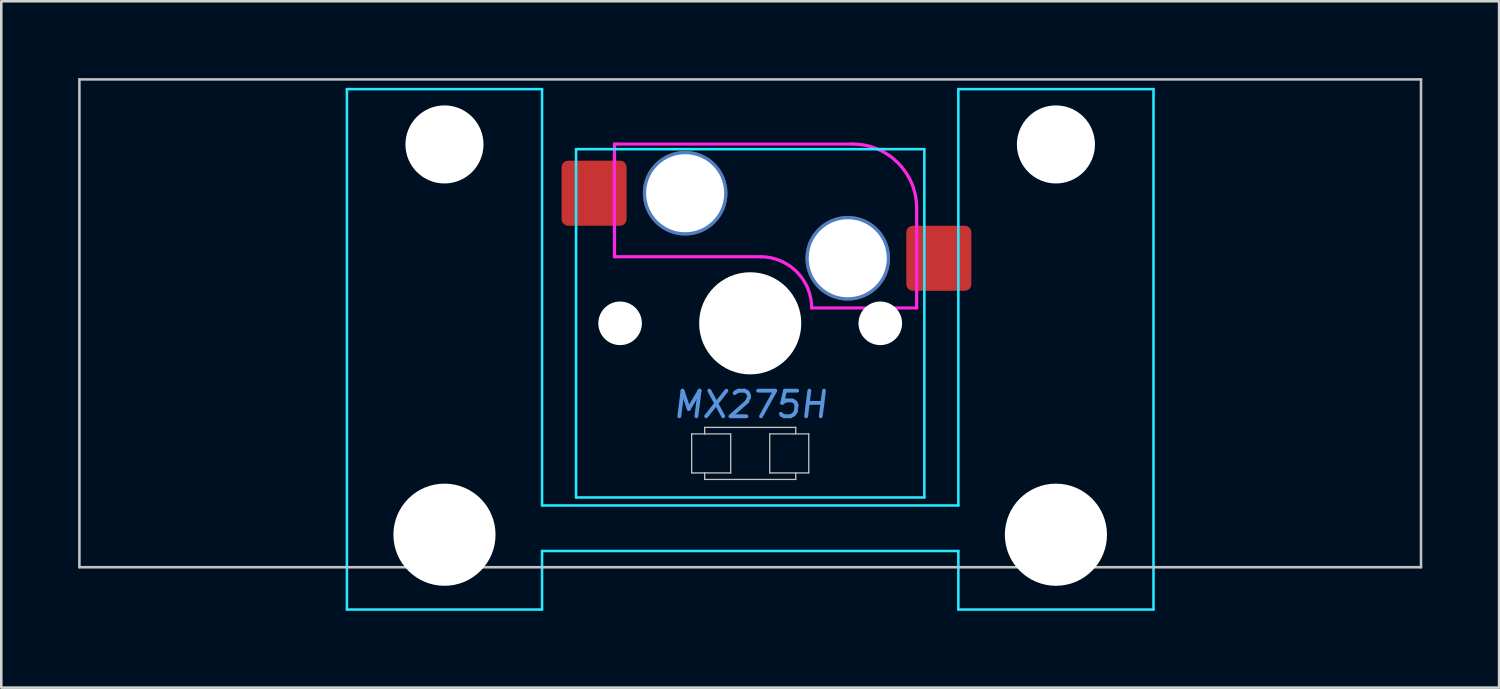
<source format=kicad_pcb>
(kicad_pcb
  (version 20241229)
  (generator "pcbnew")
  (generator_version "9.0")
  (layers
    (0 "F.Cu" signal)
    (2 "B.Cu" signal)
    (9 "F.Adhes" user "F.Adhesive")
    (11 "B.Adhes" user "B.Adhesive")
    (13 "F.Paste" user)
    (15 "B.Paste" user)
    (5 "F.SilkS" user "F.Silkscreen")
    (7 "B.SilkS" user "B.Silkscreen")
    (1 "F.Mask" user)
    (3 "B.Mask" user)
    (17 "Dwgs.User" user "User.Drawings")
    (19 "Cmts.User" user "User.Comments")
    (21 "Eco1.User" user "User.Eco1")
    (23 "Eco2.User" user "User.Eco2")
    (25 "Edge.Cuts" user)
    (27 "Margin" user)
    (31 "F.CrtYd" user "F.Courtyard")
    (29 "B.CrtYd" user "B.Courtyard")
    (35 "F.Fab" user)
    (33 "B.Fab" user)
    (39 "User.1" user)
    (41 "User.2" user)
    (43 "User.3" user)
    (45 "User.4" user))
  (footprint "MX275H"
    (layer "F.Cu")
    (at 23.704 4.495)
    (property "Reference" "MX275H" (at 2.54 8.255 0) (layer "Cmts.User") (effects (font (size 1 1) (thickness 0.15) (italic yes))))
    (attr smd)
    (fp_line (start -23.654 -4.445) (end -23.654 14.605) (stroke (width 0.1) (type solid)) (layer "Dwgs.User"))
    (fp_line (start -23.654 -4.445) (end 28.734 -4.445) (stroke (width 0.1) (type solid)) (layer "Dwgs.User"))
    (fp_line (start -23.654 14.605) (end 28.734 14.605) (stroke (width 0.1) (type solid)) (layer "Dwgs.User"))
    (fp_line (start 0.254 9.398) (end 1.778 9.398) (stroke (width 0.051) (type solid)) (layer "Dwgs.User"))
    (fp_line (start 0.254 10.922) (end 0.254 9.398) (stroke (width 0.051) (type solid)) (layer "Dwgs.User"))
    (fp_line (start 0.762 9.144) (end 4.318 9.144) (stroke (width 0.051) (type solid)) (layer "Dwgs.User"))
    (fp_line (start 0.762 9.398) (end 0.762 9.144) (stroke (width 0.051) (type solid)) (layer "Dwgs.User"))
    (fp_line (start 0.762 11.176) (end 0.762 10.922) (stroke (width 0.051) (type solid)) (layer "Dwgs.User"))
    (fp_line (start 1.778 9.398) (end 1.778 10.922) (stroke (width 0.051) (type solid)) (layer "Dwgs.User"))
    (fp_line (start 1.778 10.922) (end 0.254 10.922) (stroke (width 0.051) (type solid)) (layer "Dwgs.User"))
    (fp_line (start 3.302 9.398) (end 4.826 9.398) (stroke (width 0.051) (type solid)) (layer "Dwgs.User"))
    (fp_line (start 3.302 10.922) (end 3.302 9.398) (stroke (width 0.051) (type solid)) (layer "Dwgs.User"))
    (fp_line (start 4.318 9.144) (end 4.318 9.398) (stroke (width 0.051) (type solid)) (layer "Dwgs.User"))
    (fp_line (start 4.318 10.922) (end 4.318 11.176) (stroke (width 0.051) (type solid)) (layer "Dwgs.User"))
    (fp_line (start 4.318 11.176) (end 0.762 11.176) (stroke (width 0.051) (type solid)) (layer "Dwgs.User"))
    (fp_line (start 4.826 9.398) (end 4.826 10.922) (stroke (width 0.051) (type solid)) (layer "Dwgs.User"))
    (fp_line (start 4.826 10.922) (end 3.302 10.922) (stroke (width 0.051) (type solid)) (layer "Dwgs.User"))
    (fp_line (start 28.734 -4.445) (end 28.734 14.605) (stroke (width 0.1) (type solid)) (layer "Dwgs.User"))
    (fp_line (start -12.898 -0.405) (end -12.898 13.595) (stroke (width 0.1) (type solid)) (layer "Eco1.User"))
    (fp_line (start -12.398 -0.905) (end -6.398 -0.905) (stroke (width 0.1) (type solid)) (layer "Eco1.User"))
    (fp_line (start -6.398 14.095) (end -12.398 14.095) (stroke (width 0.1) (type solid)) (layer "Eco1.User"))
    (fp_line (start -5.898 13.595) (end -5.898 -0.405) (stroke (width 0.1) (type solid)) (layer "Eco1.User"))
    (fp_line (start -4.46 -1.42) (end -4.46 11.58) (stroke (width 0.1) (type solid)) (layer "Eco1.User"))
    (fp_line (start -3.96 12.08) (end 9.04 12.08) (stroke (width 0.1) (type solid)) (layer "Eco1.User"))
    (fp_line (start 9.04 -1.92) (end -3.96 -1.92) (stroke (width 0.1) (type solid)) (layer "Eco1.User"))
    (fp_line (start 9.54 11.58) (end 9.54 -1.42) (stroke (width 0.1) (type solid)) (layer "Eco1.User"))
    (fp_line (start 10.978 -0.405) (end 10.978 13.595) (stroke (width 0.1) (type solid)) (layer "Eco1.User"))
    (fp_line (start 11.478 -0.905) (end 17.478 -0.905) (stroke (width 0.1) (type solid)) (layer "Eco1.User"))
    (fp_line (start 17.478 14.095) (end 11.478 14.095) (stroke (width 0.1) (type solid)) (layer "Eco1.User"))
    (fp_line (start 17.978 13.595) (end 17.978 -0.405) (stroke (width 0.1) (type solid)) (layer "Eco1.User"))
    (fp_arc (start -12.898 -0.405) (mid -12.751553 -0.758553) (end -12.398 -0.905) (stroke (width 0.1) (type solid)) (layer "Eco1.User"))
    (fp_arc (start -12.398 14.095) (mid -12.751553 13.948553) (end -12.898 13.595) (stroke (width 0.1) (type solid)) (layer "Eco1.User"))
    (fp_arc (start -6.398 -0.905) (mid -6.044447 -0.758553) (end -5.898 -0.405) (stroke (width 0.1) (type solid)) (layer "Eco1.User"))
    (fp_arc (start -5.898 13.595) (mid -6.044447 13.948553) (end -6.398 14.095) (stroke (width 0.1) (type solid)) (layer "Eco1.User"))
    (fp_arc (start -4.46 -1.42) (mid -4.313553 -1.773553) (end -3.96 -1.92) (stroke (width 0.1) (type solid)) (layer "Eco1.User"))
    (fp_arc (start -3.96 12.08) (mid -4.313553 11.933553) (end -4.46 11.58) (stroke (width 0.1) (type solid)) (layer "Eco1.User"))
    (fp_arc (start 9.04 -1.92) (mid 9.393553 -1.773553) (end 9.54 -1.42) (stroke (width 0.1) (type solid)) (layer "Eco1.User"))
    (fp_arc (start 9.54 11.58) (mid 9.393553 11.933553) (end 9.04 12.08) (stroke (width 0.1) (type solid)) (layer "Eco1.User"))
    (fp_arc (start 10.978 -0.405) (mid 11.124447 -0.758553) (end 11.478 -0.905) (stroke (width 0.1) (type solid)) (layer "Eco1.User"))
    (fp_arc (start 11.478 14.095) (mid 11.124447 13.948553) (end 10.978 13.595) (stroke (width 0.1) (type solid)) (layer "Eco1.User"))
    (fp_arc (start 17.478 -0.905) (mid 17.831553 -0.758553) (end 17.978 -0.405) (stroke (width 0.1) (type solid)) (layer "Eco1.User"))
    (fp_arc (start 17.978 13.595) (mid 17.831553 13.948553) (end 17.478 14.095) (stroke (width 0.1) (type solid)) (layer "Eco1.User"))
    (fp_line (start -13.208 -4.064) (end -13.208 16.256) (stroke (width 0.1) (type solid)) (layer "B.CrtYd"))
    (fp_line (start -13.208 16.256) (end -5.588 16.256) (stroke (width 0.1) (type solid)) (layer "B.CrtYd"))
    (fp_line (start -5.588 -4.064) (end -13.208 -4.064) (stroke (width 0.1) (type solid)) (layer "B.CrtYd"))
    (fp_line (start -5.588 12.192) (end -5.588 -4.064) (stroke (width 0.1) (type solid)) (layer "B.CrtYd"))
    (fp_line (start -5.588 12.192) (end 10.668 12.192) (stroke (width 0.1) (type solid)) (layer "B.CrtYd"))
    (fp_line (start -5.588 13.97) (end -5.588 16.256) (stroke (width 0.1) (type solid)) (layer "B.CrtYd"))
    (fp_line (start -5.588 13.97) (end 10.668 13.97) (stroke (width 0.1) (type solid)) (layer "B.CrtYd"))
    (fp_line (start -4.26 -1.72) (end -4.26 11.88) (stroke (width 0.1) (type solid)) (layer "B.CrtYd"))
    (fp_line (start 9.34 -1.72) (end -4.26 -1.72) (stroke (width 0.1) (type solid)) (layer "B.CrtYd"))
    (fp_line (start 9.34 -1.72) (end 9.34 11.88) (stroke (width 0.1) (type solid)) (layer "B.CrtYd"))
    (fp_line (start 9.34 11.88) (end -4.26 11.88) (stroke (width 0.1) (type solid)) (layer "B.CrtYd"))
    (fp_line (start 10.668 -4.064) (end 18.288 -4.064) (stroke (width 0.1) (type solid)) (layer "B.CrtYd"))
    (fp_line (start 10.668 12.192) (end 10.668 -4.062) (stroke (width 0.1) (type solid)) (layer "B.CrtYd"))
    (fp_line (start 10.668 13.97) (end 10.668 16.256) (stroke (width 0.1) (type solid)) (layer "B.CrtYd"))
    (fp_line (start 18.288 16.256) (end 10.668 16.256) (stroke (width 0.1) (type solid)) (layer "B.CrtYd"))
    (fp_line (start 18.288 16.256) (end 18.288 -4.064) (stroke (width 0.1) (type solid)) (layer "B.CrtYd"))
    (fp_line (start -2.76 -1.92) (end -2.76 2.48) (stroke (width 0.127) (type solid)) (layer "F.CrtYd"))
    (fp_line (start -2.66 -1.92) (end -2.76 -1.92) (stroke (width 0.12) (type solid)) (layer "F.CrtYd"))
    (fp_line (start 2.94 2.48) (end -2.76 2.48) (stroke (width 0.127) (type solid)) (layer "F.CrtYd"))
    (fp_line (start 6.54 -1.92) (end -2.66 -1.92) (stroke (width 0.12) (type solid)) (layer "F.CrtYd"))
    (fp_line (start 9.04 0.58) (end 9.04 4.48) (stroke (width 0.127) (type solid)) (layer "F.CrtYd"))
    (fp_line (start 9.04 4.48) (end 4.94 4.48) (stroke (width 0.12) (type solid)) (layer "F.CrtYd"))
    (fp_arc (start 2.94 2.48) (mid 4.354214 3.065786) (end 4.94 4.48) (stroke (width 0.127) (type solid)) (layer "F.CrtYd"))
    (fp_arc (start 6.54 -1.92) (mid 8.307767 -1.187767) (end 9.04 0.58) (stroke (width 0.127) (type solid)) (layer "F.CrtYd"))
    (pad "" np_thru_hole circle (at -9.398 -1.905) (size 3.048 3.048) (drill 3.048) (layers "*.Cu" "*.Mask"))
    (pad "" np_thru_hole circle (at -9.398 13.335) (size 3.988 3.988) (drill 3.988) (layers "*.Cu" "*.Mask"))
    (pad "" np_thru_hole circle (at -2.54 5.08) (size 1.702 1.702) (drill 1.702) (layers "*.Cu" "*.Mask"))
    (pad "" np_thru_hole circle (at 0 0) (size 3.302 3.302) (drill 3.048) (layers "*.Cu" "*.Mask"))
    (pad "" np_thru_hole circle (at 2.54 5.08) (size 3.988 3.988) (drill 3.988) (layers "*.Cu" "*.Mask"))
    (pad "" np_thru_hole circle (at 6.35 2.54) (size 3.302 3.302) (drill 3.048) (layers "*.Cu" "*.Mask"))
    (pad "" np_thru_hole circle (at 7.62 5.08) (size 1.702 1.702) (drill 1.702) (layers "*.Cu" "*.Mask"))
    (pad "" np_thru_hole circle (at 14.478 -1.905) (size 3.048 3.048) (drill 3.048) (layers "*.Cu" "*.Mask"))
    (pad "" np_thru_hole circle (at 14.478 13.335) (size 3.988 3.988) (drill 3.988) (layers "*.Cu" "*.Mask"))
    (pad "1" smd roundrect (at -3.556 0) (size 2.54 2.54) (layers "F.Cu" "F.Mask") (roundrect_rratio 0.1))
    (pad "2" smd roundrect (at 9.906 2.54) (size 2.54 2.54) (layers "F.Cu" "F.Mask") (roundrect_rratio 0.1)))
  (gr_rect
    (start -3 -3)
    (end 55.487 23.801)
    (stroke (width 0.1) (type default))
    (fill no)
    (layer "Edge.Cuts")))
</source>
